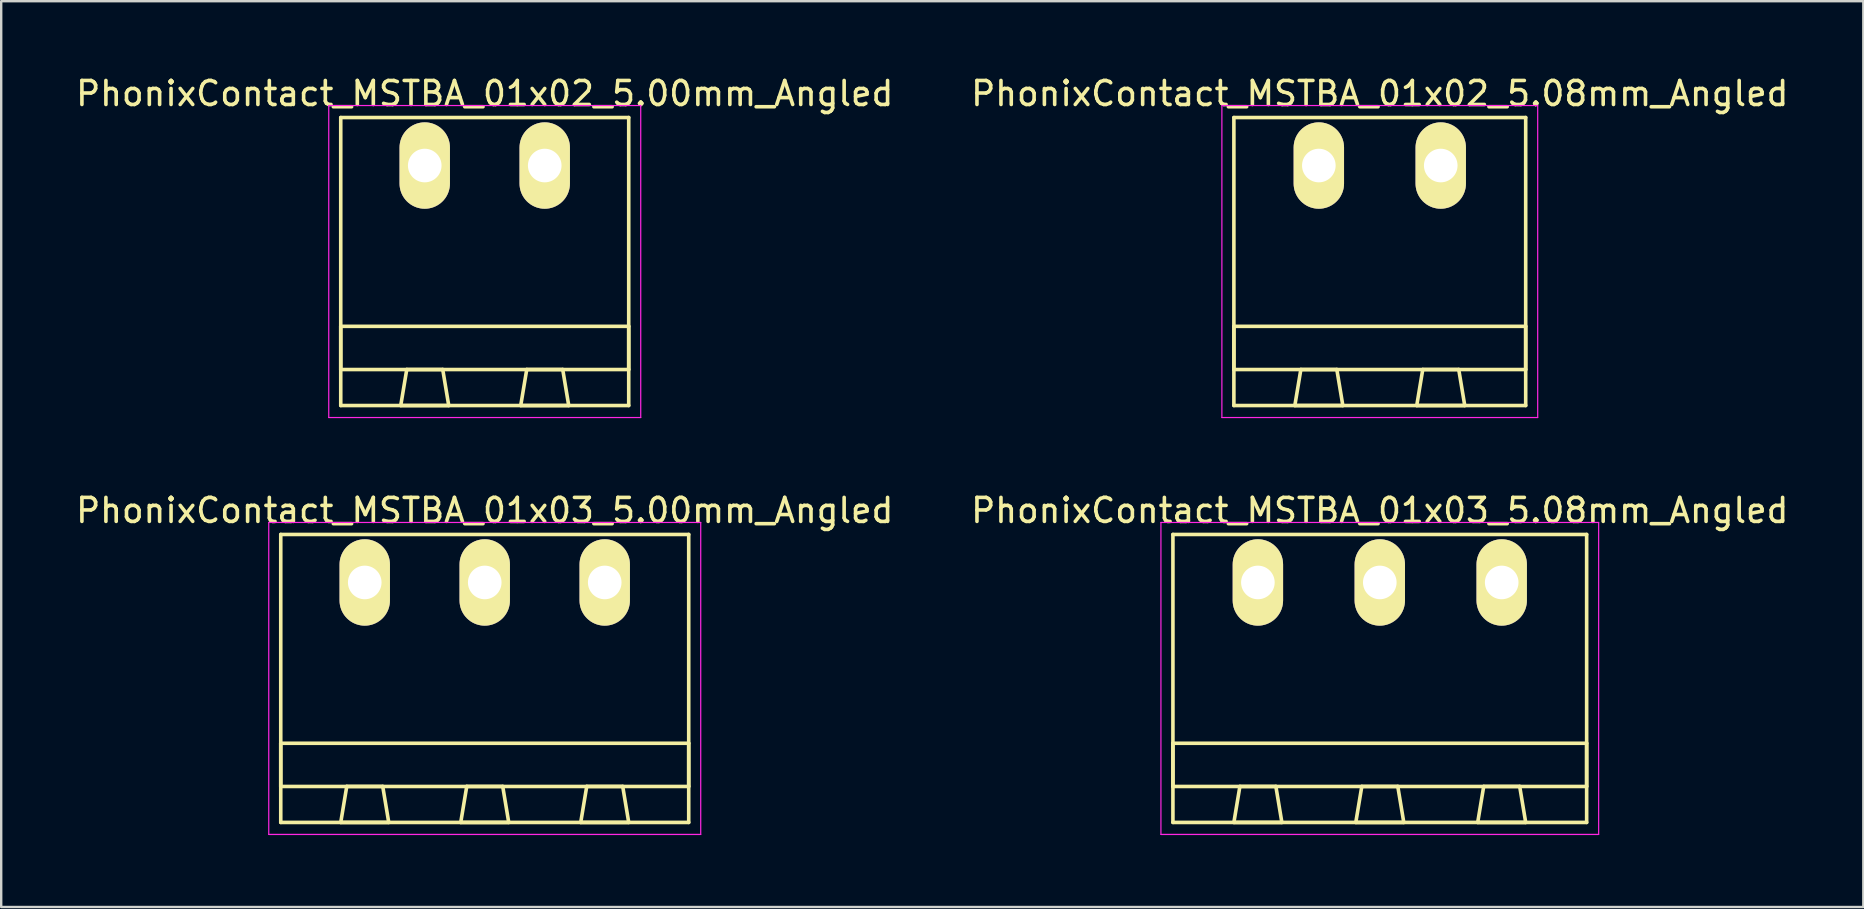
<source format=kicad_pcb>
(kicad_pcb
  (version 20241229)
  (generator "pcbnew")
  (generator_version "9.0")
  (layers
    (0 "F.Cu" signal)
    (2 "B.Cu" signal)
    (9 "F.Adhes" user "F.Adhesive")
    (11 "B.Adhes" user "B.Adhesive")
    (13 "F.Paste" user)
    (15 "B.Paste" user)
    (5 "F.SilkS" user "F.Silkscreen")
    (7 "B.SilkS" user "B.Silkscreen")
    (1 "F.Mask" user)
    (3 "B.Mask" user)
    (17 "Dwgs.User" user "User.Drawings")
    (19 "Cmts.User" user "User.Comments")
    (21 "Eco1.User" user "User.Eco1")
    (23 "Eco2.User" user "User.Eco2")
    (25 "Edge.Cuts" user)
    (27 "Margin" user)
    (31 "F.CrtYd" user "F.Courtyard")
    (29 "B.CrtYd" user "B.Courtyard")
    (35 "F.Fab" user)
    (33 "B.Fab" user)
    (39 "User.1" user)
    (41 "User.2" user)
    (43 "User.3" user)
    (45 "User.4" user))
  (footprint "PhonixContact_MSTBA_01x02_5.08mm_Angled"
    (layer "F.Cu")
    (at 51.906 3.848)
    (property "Reference" "PhonixContact_MSTBA_01x02_5.08mm_Angled" (at 2.54 -3 0) (layer "F.SilkS") (effects (font (size 1 1) (thickness 0.15))))
    (attr through_hole)
    (fp_line (start -3.54 -2) (end -3.54 10) (stroke (width 0.15) (type solid)) (layer "F.SilkS"))
    (fp_line (start -3.54 6.7) (end 8.62 6.7) (stroke (width 0.15) (type solid)) (layer "F.SilkS"))
    (fp_line (start -3.54 8.5) (end -3.54 6.7) (stroke (width 0.15) (type solid)) (layer "F.SilkS"))
    (fp_line (start -3.54 10) (end 8.62 10) (stroke (width 0.15) (type solid)) (layer "F.SilkS"))
    (fp_line (start -1 10) (end 1 10) (stroke (width 0.15) (type solid)) (layer "F.SilkS"))
    (fp_line (start -0.75 8.5) (end -1 10) (stroke (width 0.15) (type solid)) (layer "F.SilkS"))
    (fp_line (start 0.75 8.5) (end -0.75 8.5) (stroke (width 0.15) (type solid)) (layer "F.SilkS"))
    (fp_line (start 1 10) (end 0.75 8.5) (stroke (width 0.15) (type solid)) (layer "F.SilkS"))
    (fp_line (start 4.08 10) (end 6.08 10) (stroke (width 0.15) (type solid)) (layer "F.SilkS"))
    (fp_line (start 4.33 8.5) (end 4.08 10) (stroke (width 0.15) (type solid)) (layer "F.SilkS"))
    (fp_line (start 5.83 8.5) (end 4.33 8.5) (stroke (width 0.15) (type solid)) (layer "F.SilkS"))
    (fp_line (start 6.08 10) (end 5.83 8.5) (stroke (width 0.15) (type solid)) (layer "F.SilkS"))
    (fp_line (start 8.62 -2) (end -3.54 -2) (stroke (width 0.15) (type solid)) (layer "F.SilkS"))
    (fp_line (start 8.62 6.7) (end 8.62 8.5) (stroke (width 0.15) (type solid)) (layer "F.SilkS"))
    (fp_line (start 8.62 8.5) (end -3.54 8.5) (stroke (width 0.15) (type solid)) (layer "F.SilkS"))
    (fp_line (start 8.62 10) (end 8.62 -2) (stroke (width 0.15) (type solid)) (layer "F.SilkS"))
    (fp_line (start -4.04 -2.5) (end -4.04 10.5) (stroke (width 0.05) (type solid)) (layer "F.CrtYd"))
    (fp_line (start -4.04 10.5) (end 9.12 10.5) (stroke (width 0.05) (type solid)) (layer "F.CrtYd"))
    (fp_line (start 9.12 -2.5) (end -4.04 -2.5) (stroke (width 0.05) (type solid)) (layer "F.CrtYd"))
    (fp_line (start 9.12 10.5) (end 9.12 -2.5) (stroke (width 0.05) (type solid)) (layer "F.CrtYd"))
    (pad "1" thru_hole oval (at 0 0) (size 2.1 3.6) (drill 1.4) (layers "*.Cu" "*.Mask" "F.SilkS"))
    (pad "2" thru_hole oval (at 5.08 0) (size 2.1 3.6) (drill 1.4) (layers "*.Cu" "*.Mask" "F.SilkS")))
  (footprint "PhonixContact_MSTBA_01x02_5.00mm_Angled"
    (layer "F.Cu")
    (at 14.649 3.848)
    (property "Reference" "PhonixContact_MSTBA_01x02_5.00mm_Angled" (at 2.5 -3 0) (layer "F.SilkS") (effects (font (size 1 1) (thickness 0.15))))
    (attr through_hole)
    (fp_line (start -3.5 -2) (end -3.5 10) (stroke (width 0.15) (type solid)) (layer "F.SilkS"))
    (fp_line (start -3.5 6.7) (end 8.5 6.7) (stroke (width 0.15) (type solid)) (layer "F.SilkS"))
    (fp_line (start -3.5 8.5) (end -3.5 6.7) (stroke (width 0.15) (type solid)) (layer "F.SilkS"))
    (fp_line (start -3.5 10) (end 8.5 10) (stroke (width 0.15) (type solid)) (layer "F.SilkS"))
    (fp_line (start -1 10) (end 1 10) (stroke (width 0.15) (type solid)) (layer "F.SilkS"))
    (fp_line (start -0.75 8.5) (end -1 10) (stroke (width 0.15) (type solid)) (layer "F.SilkS"))
    (fp_line (start 0.75 8.5) (end -0.75 8.5) (stroke (width 0.15) (type solid)) (layer "F.SilkS"))
    (fp_line (start 1 10) (end 0.75 8.5) (stroke (width 0.15) (type solid)) (layer "F.SilkS"))
    (fp_line (start 4 10) (end 6 10) (stroke (width 0.15) (type solid)) (layer "F.SilkS"))
    (fp_line (start 4.25 8.5) (end 4 10) (stroke (width 0.15) (type solid)) (layer "F.SilkS"))
    (fp_line (start 5.75 8.5) (end 4.25 8.5) (stroke (width 0.15) (type solid)) (layer "F.SilkS"))
    (fp_line (start 6 10) (end 5.75 8.5) (stroke (width 0.15) (type solid)) (layer "F.SilkS"))
    (fp_line (start 8.5 -2) (end -3.5 -2) (stroke (width 0.15) (type solid)) (layer "F.SilkS"))
    (fp_line (start 8.5 6.7) (end 8.5 8.5) (stroke (width 0.15) (type solid)) (layer "F.SilkS"))
    (fp_line (start 8.5 8.5) (end -3.5 8.5) (stroke (width 0.15) (type solid)) (layer "F.SilkS"))
    (fp_line (start 8.5 10) (end 8.5 -2) (stroke (width 0.15) (type solid)) (layer "F.SilkS"))
    (fp_line (start -4 -2.5) (end -4 10.5) (stroke (width 0.05) (type solid)) (layer "F.CrtYd"))
    (fp_line (start -4 10.5) (end 9 10.5) (stroke (width 0.05) (type solid)) (layer "F.CrtYd"))
    (fp_line (start 9 -2.5) (end -4 -2.5) (stroke (width 0.05) (type solid)) (layer "F.CrtYd"))
    (fp_line (start 9 10.5) (end 9 -2.5) (stroke (width 0.05) (type solid)) (layer "F.CrtYd"))
    (pad "1" thru_hole oval (at 0 0) (size 2.1 3.6) (drill 1.4) (layers "*.Cu" "*.Mask" "F.SilkS"))
    (pad "2" thru_hole oval (at 5 0) (size 2.1 3.6) (drill 1.4) (layers "*.Cu" "*.Mask" "F.SilkS")))
  (footprint "PhonixContact_MSTBA_01x03_5.00mm_Angled"
    (layer "F.Cu")
    (at 12.149 21.221)
    (property "Reference" "PhonixContact_MSTBA_01x03_5.00mm_Angled" (at 5 -3 0) (layer "F.SilkS") (effects (font (size 1 1) (thickness 0.15))))
    (attr through_hole)
    (fp_line (start -3.5 -2) (end -3.5 10) (stroke (width 0.15) (type solid)) (layer "F.SilkS"))
    (fp_line (start -3.5 6.7) (end 13.5 6.7) (stroke (width 0.15) (type solid)) (layer "F.SilkS"))
    (fp_line (start -3.5 8.5) (end -3.5 6.7) (stroke (width 0.15) (type solid)) (layer "F.SilkS"))
    (fp_line (start -3.5 10) (end 13.5 10) (stroke (width 0.15) (type solid)) (layer "F.SilkS"))
    (fp_line (start -1 10) (end 1 10) (stroke (width 0.15) (type solid)) (layer "F.SilkS"))
    (fp_line (start -0.75 8.5) (end -1 10) (stroke (width 0.15) (type solid)) (layer "F.SilkS"))
    (fp_line (start 0.75 8.5) (end -0.75 8.5) (stroke (width 0.15) (type solid)) (layer "F.SilkS"))
    (fp_line (start 1 10) (end 0.75 8.5) (stroke (width 0.15) (type solid)) (layer "F.SilkS"))
    (fp_line (start 4 10) (end 6 10) (stroke (width 0.15) (type solid)) (layer "F.SilkS"))
    (fp_line (start 4.25 8.5) (end 4 10) (stroke (width 0.15) (type solid)) (layer "F.SilkS"))
    (fp_line (start 5.75 8.5) (end 4.25 8.5) (stroke (width 0.15) (type solid)) (layer "F.SilkS"))
    (fp_line (start 6 10) (end 5.75 8.5) (stroke (width 0.15) (type solid)) (layer "F.SilkS"))
    (fp_line (start 9 10) (end 11 10) (stroke (width 0.15) (type solid)) (layer "F.SilkS"))
    (fp_line (start 9.25 8.5) (end 9 10) (stroke (width 0.15) (type solid)) (layer "F.SilkS"))
    (fp_line (start 10.75 8.5) (end 9.25 8.5) (stroke (width 0.15) (type solid)) (layer "F.SilkS"))
    (fp_line (start 11 10) (end 10.75 8.5) (stroke (width 0.15) (type solid)) (layer "F.SilkS"))
    (fp_line (start 13.5 -2) (end -3.5 -2) (stroke (width 0.15) (type solid)) (layer "F.SilkS"))
    (fp_line (start 13.5 6.7) (end 13.5 8.5) (stroke (width 0.15) (type solid)) (layer "F.SilkS"))
    (fp_line (start 13.5 8.5) (end -3.5 8.5) (stroke (width 0.15) (type solid)) (layer "F.SilkS"))
    (fp_line (start 13.5 10) (end 13.5 -2) (stroke (width 0.15) (type solid)) (layer "F.SilkS"))
    (fp_line (start -4 -2.5) (end -4 10.5) (stroke (width 0.05) (type solid)) (layer "F.CrtYd"))
    (fp_line (start -4 10.5) (end 14 10.5) (stroke (width 0.05) (type solid)) (layer "F.CrtYd"))
    (fp_line (start 14 -2.5) (end -4 -2.5) (stroke (width 0.05) (type solid)) (layer "F.CrtYd"))
    (fp_line (start 14 10.5) (end 14 -2.5) (stroke (width 0.05) (type solid)) (layer "F.CrtYd"))
    (pad "1" thru_hole oval (at 0 0) (size 2.1 3.6) (drill 1.4) (layers "*.Cu" "*.Mask" "F.SilkS"))
    (pad "2" thru_hole oval (at 5 0) (size 2.1 3.6) (drill 1.4) (layers "*.Cu" "*.Mask" "F.SilkS"))
    (pad "3" thru_hole oval (at 10 0) (size 2.1 3.6) (drill 1.4) (layers "*.Cu" "*.Mask" "F.SilkS")))
  (footprint "PhonixContact_MSTBA_01x03_5.08mm_Angled"
    (layer "F.Cu")
    (at 49.366 21.221)
    (property "Reference" "PhonixContact_MSTBA_01x03_5.08mm_Angled" (at 5.08 -3 0) (layer "F.SilkS") (effects (font (size 1 1) (thickness 0.15))))
    (attr through_hole)
    (fp_line (start -3.54 -2) (end -3.54 10) (stroke (width 0.15) (type solid)) (layer "F.SilkS"))
    (fp_line (start -3.54 6.7) (end 13.7 6.7) (stroke (width 0.15) (type solid)) (layer "F.SilkS"))
    (fp_line (start -3.54 8.5) (end -3.54 6.7) (stroke (width 0.15) (type solid)) (layer "F.SilkS"))
    (fp_line (start -3.54 10) (end 13.7 10) (stroke (width 0.15) (type solid)) (layer "F.SilkS"))
    (fp_line (start -1 10) (end 1 10) (stroke (width 0.15) (type solid)) (layer "F.SilkS"))
    (fp_line (start -0.75 8.5) (end -1 10) (stroke (width 0.15) (type solid)) (layer "F.SilkS"))
    (fp_line (start 0.75 8.5) (end -0.75 8.5) (stroke (width 0.15) (type solid)) (layer "F.SilkS"))
    (fp_line (start 1 10) (end 0.75 8.5) (stroke (width 0.15) (type solid)) (layer "F.SilkS"))
    (fp_line (start 4.08 10) (end 6.08 10) (stroke (width 0.15) (type solid)) (layer "F.SilkS"))
    (fp_line (start 4.33 8.5) (end 4.08 10) (stroke (width 0.15) (type solid)) (layer "F.SilkS"))
    (fp_line (start 5.83 8.5) (end 4.33 8.5) (stroke (width 0.15) (type solid)) (layer "F.SilkS"))
    (fp_line (start 6.08 10) (end 5.83 8.5) (stroke (width 0.15) (type solid)) (layer "F.SilkS"))
    (fp_line (start 9.16 10) (end 11.16 10) (stroke (width 0.15) (type solid)) (layer "F.SilkS"))
    (fp_line (start 9.41 8.5) (end 9.16 10) (stroke (width 0.15) (type solid)) (layer "F.SilkS"))
    (fp_line (start 10.91 8.5) (end 9.41 8.5) (stroke (width 0.15) (type solid)) (layer "F.SilkS"))
    (fp_line (start 11.16 10) (end 10.91 8.5) (stroke (width 0.15) (type solid)) (layer "F.SilkS"))
    (fp_line (start 13.7 -2) (end -3.54 -2) (stroke (width 0.15) (type solid)) (layer "F.SilkS"))
    (fp_line (start 13.7 6.7) (end 13.7 8.5) (stroke (width 0.15) (type solid)) (layer "F.SilkS"))
    (fp_line (start 13.7 8.5) (end -3.54 8.5) (stroke (width 0.15) (type solid)) (layer "F.SilkS"))
    (fp_line (start 13.7 10) (end 13.7 -2) (stroke (width 0.15) (type solid)) (layer "F.SilkS"))
    (fp_line (start -4.04 -2.5) (end -4.04 10.5) (stroke (width 0.05) (type solid)) (layer "F.CrtYd"))
    (fp_line (start -4.04 10.5) (end 14.2 10.5) (stroke (width 0.05) (type solid)) (layer "F.CrtYd"))
    (fp_line (start 14.2 -2.5) (end -4.04 -2.5) (stroke (width 0.05) (type solid)) (layer "F.CrtYd"))
    (fp_line (start 14.2 10.5) (end 14.2 -2.5) (stroke (width 0.05) (type solid)) (layer "F.CrtYd"))
    (pad "1" thru_hole oval (at 0 0) (size 2.1 3.6) (drill 1.4) (layers "*.Cu" "*.Mask" "F.SilkS"))
    (pad "2" thru_hole oval (at 5.08 0) (size 2.1 3.6) (drill 1.4) (layers "*.Cu" "*.Mask" "F.SilkS"))
    (pad "3" thru_hole oval (at 10.16 0) (size 2.1 3.6) (drill 1.4) (layers "*.Cu" "*.Mask" "F.SilkS")))
  (gr_rect
    (start -3 -3)
    (end 74.595 34.746)
    (stroke (width 0.1) (type default))
    (fill no)
    (layer "Edge.Cuts")))
</source>
